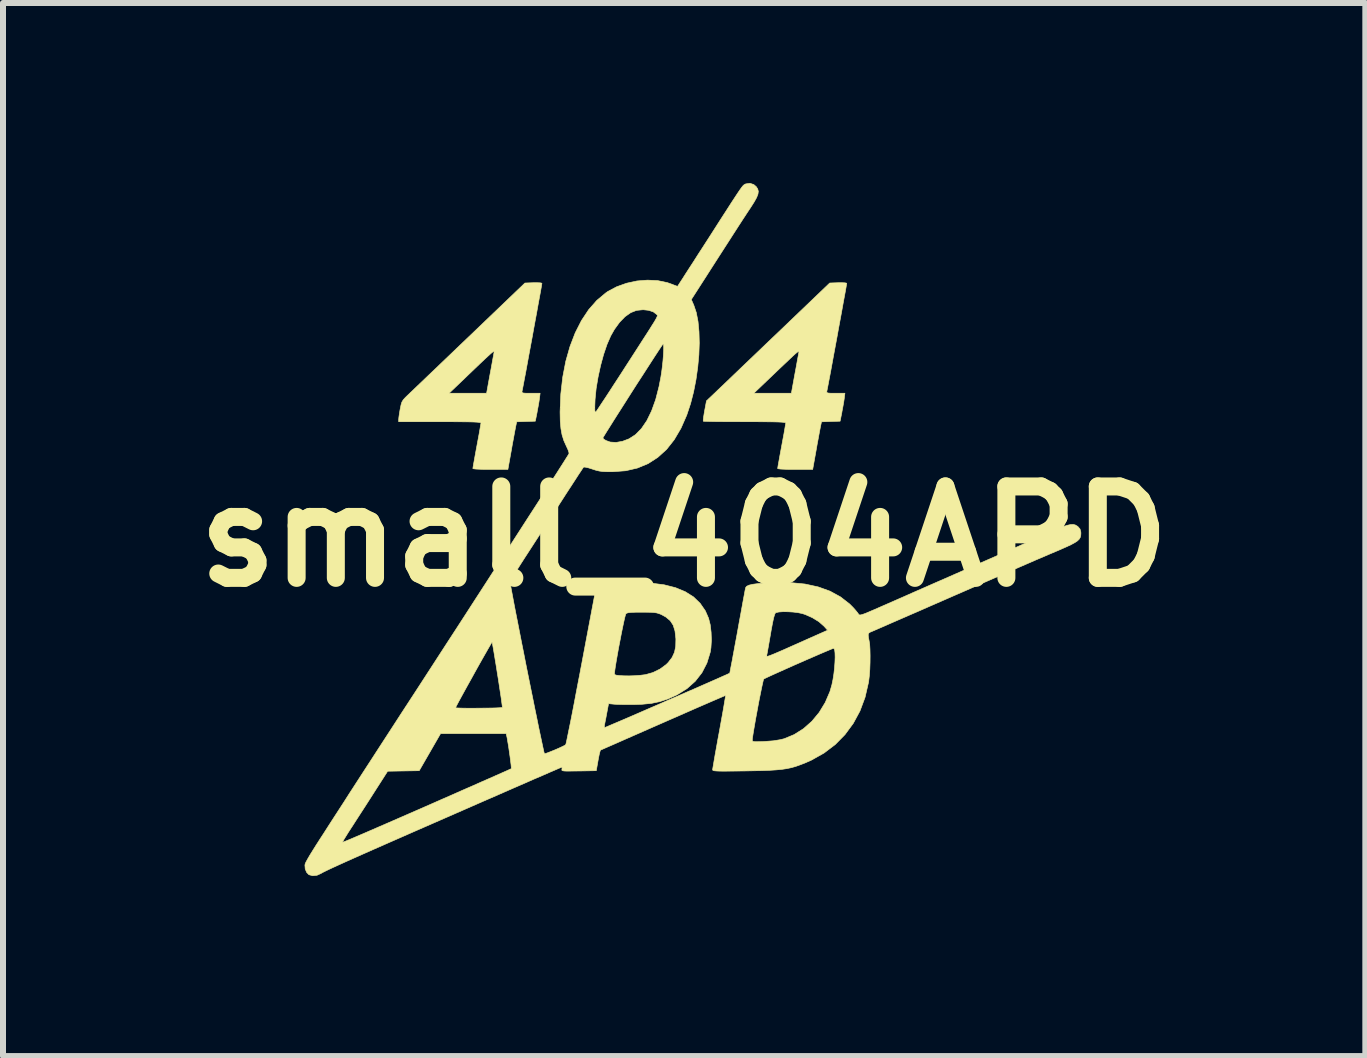
<source format=kicad_pcb>
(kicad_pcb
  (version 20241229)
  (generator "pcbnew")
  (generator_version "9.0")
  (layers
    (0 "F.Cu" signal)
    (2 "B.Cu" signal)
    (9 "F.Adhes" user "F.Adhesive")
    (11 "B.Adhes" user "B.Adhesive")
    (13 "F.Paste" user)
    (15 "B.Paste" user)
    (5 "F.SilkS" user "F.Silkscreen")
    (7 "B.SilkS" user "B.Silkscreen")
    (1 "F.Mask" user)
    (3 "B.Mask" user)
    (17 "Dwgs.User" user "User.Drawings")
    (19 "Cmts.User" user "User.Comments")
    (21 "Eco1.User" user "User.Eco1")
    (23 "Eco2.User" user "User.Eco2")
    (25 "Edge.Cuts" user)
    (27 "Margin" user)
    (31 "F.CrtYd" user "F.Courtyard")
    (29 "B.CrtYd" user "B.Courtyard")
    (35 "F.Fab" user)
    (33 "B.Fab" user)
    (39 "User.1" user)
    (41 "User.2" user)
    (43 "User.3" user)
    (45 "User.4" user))
  (footprint "small_404APD"
    (layer "F.Cu")
    (at 8.353 5.892)
    (property "Reference" "small_404APD" (at 0 0 0) (layer "F.SilkS") (effects (font (size 1.524 1.524) (thickness 0.3))))
    (attr through_hole)
    (fp_poly (pts (xy -2.399 -4.228) (xy -2.373 -4.222) (xy -2.371 -4.22) (xy -2.374 -4.201) (xy -2.382 -4.152) (xy -2.395 -4.078) (xy -2.413 -3.981) (xy -2.434 -3.867) (xy -2.457 -3.738) (xy -2.483 -3.598) (xy -2.51 -3.451) (xy -2.537 -3.301) (xy -2.565 -3.151) (xy -2.592 -3.006) (xy -2.617 -2.869) (xy -2.64 -2.743) (xy -2.661 -2.634) (xy -2.678 -2.543) (xy -2.691 -2.476) (xy -2.699 -2.435) (xy -2.701 -2.426) (xy -2.704 -2.408) (xy -2.698 -2.397) (xy -2.677 -2.391) (xy -2.636 -2.388) (xy -2.567 -2.388) (xy -2.555 -2.388) (xy -2.401 -2.388) (xy -2.412 -2.299) (xy -2.421 -2.239) (xy -2.435 -2.16) (xy -2.45 -2.08) (xy -2.452 -2.066) (xy -2.481 -1.922) (xy -2.636 -1.917) (xy -2.791 -1.912) (xy -2.808 -1.832) (xy -2.816 -1.79) (xy -2.829 -1.722) (xy -2.845 -1.634) (xy -2.864 -1.533) (xy -2.881 -1.435) (xy -2.938 -1.118) (xy -3.23 -1.118) (xy -3.325 -1.118) (xy -3.407 -1.121) (xy -3.471 -1.124) (xy -3.511 -1.129) (xy -3.522 -1.133) (xy -3.519 -1.153) (xy -3.511 -1.202) (xy -3.498 -1.273) (xy -3.482 -1.363) (xy -3.463 -1.466) (xy -3.455 -1.509) (xy -3.435 -1.617) (xy -3.417 -1.713) (xy -3.403 -1.794) (xy -3.393 -1.854) (xy -3.387 -1.887) (xy -3.387 -1.892) (xy -3.394 -1.898) (xy -3.416 -1.902) (xy -3.456 -1.906) (xy -3.517 -1.909) (xy -3.601 -1.911) (xy -3.71 -1.912) (xy -3.847 -1.913) (xy -4.015 -1.913) (xy -4.072 -1.913) (xy -4.758 -1.913) (xy -4.758 -1.952) (xy -4.755 -1.986) (xy -4.747 -2.042) (xy -4.736 -2.11) (xy -4.733 -2.125) (xy -4.719 -2.194) (xy -4.705 -2.24) (xy -4.683 -2.277) (xy -4.648 -2.316) (xy -4.609 -2.354) (xy -4.581 -2.38) (xy -4.573 -2.388) (xy -3.918 -2.388) (xy -3.293 -2.388) (xy -3.237 -2.697) (xy -3.218 -2.798) (xy -3.201 -2.892) (xy -3.187 -2.97) (xy -3.176 -3.028) (xy -3.171 -3.056) (xy -3.169 -3.071) (xy -3.168 -3.081) (xy -3.171 -3.085) (xy -3.181 -3.081) (xy -3.2 -3.068) (xy -3.229 -3.043) (xy -3.272 -3.004) (xy -3.329 -2.951) (xy -3.404 -2.88) (xy -3.498 -2.79) (xy -3.615 -2.678) (xy -3.648 -2.646) (xy -3.918 -2.388) (xy -4.573 -2.388) (xy -4.53 -2.429) (xy -4.46 -2.496) (xy -4.371 -2.581) (xy -4.267 -2.681) (xy -4.148 -2.794) (xy -4.019 -2.918) (xy -3.88 -3.051) (xy -3.734 -3.191) (xy -3.582 -3.336) (xy -3.582 -3.336) (xy -2.654 -4.225) (xy -2.512 -4.23) (xy -2.448 -4.23) (xy -2.399 -4.228)) (stroke (width 0.01) (type solid)) (fill yes) (layer "F.SilkS"))
    (fp_poly (pts (xy 2.681 -4.228) (xy 2.707 -4.222) (xy 2.709 -4.22) (xy 2.706 -4.201) (xy 2.698 -4.152) (xy 2.685 -4.078) (xy 2.667 -3.981) (xy 2.646 -3.867) (xy 2.623 -3.738) (xy 2.597 -3.598) (xy 2.57 -3.451) (xy 2.543 -3.301) (xy 2.515 -3.151) (xy 2.488 -3.006) (xy 2.463 -2.869) (xy 2.44 -2.743) (xy 2.419 -2.634) (xy 2.402 -2.543) (xy 2.389 -2.476) (xy 2.381 -2.435) (xy 2.379 -2.426) (xy 2.376 -2.408) (xy 2.382 -2.397) (xy 2.403 -2.391) (xy 2.444 -2.388) (xy 2.513 -2.388) (xy 2.525 -2.388) (xy 2.679 -2.388) (xy 2.668 -2.299) (xy 2.659 -2.239) (xy 2.645 -2.16) (xy 2.63 -2.08) (xy 2.628 -2.066) (xy 2.599 -1.922) (xy 2.444 -1.917) (xy 2.289 -1.912) (xy 2.272 -1.832) (xy 2.264 -1.79) (xy 2.251 -1.722) (xy 2.235 -1.634) (xy 2.216 -1.533) (xy 2.199 -1.435) (xy 2.142 -1.118) (xy 1.85 -1.118) (xy 1.755 -1.118) (xy 1.673 -1.121) (xy 1.609 -1.124) (xy 1.569 -1.129) (xy 1.558 -1.133) (xy 1.561 -1.153) (xy 1.569 -1.202) (xy 1.582 -1.273) (xy 1.598 -1.363) (xy 1.617 -1.466) (xy 1.625 -1.509) (xy 1.645 -1.617) (xy 1.663 -1.713) (xy 1.677 -1.794) (xy 1.687 -1.854) (xy 1.693 -1.887) (xy 1.693 -1.892) (xy 1.686 -1.898) (xy 1.664 -1.902) (xy 1.624 -1.906) (xy 1.563 -1.909) (xy 1.479 -1.911) (xy 1.37 -1.912) (xy 1.232 -1.913) (xy 1.064 -1.913) (xy 1.01 -1.913) (xy 0.862 -1.914) (xy 0.724 -1.914) (xy 0.6 -1.915) (xy 0.494 -1.916) (xy 0.41 -1.918) (xy 0.352 -1.92) (xy 0.322 -1.921) (xy 0.319 -1.922) (xy 0.318 -1.941) (xy 0.323 -1.986) (xy 0.333 -2.049) (xy 0.341 -2.096) (xy 0.372 -2.261) (xy 0.478 -2.361) (xy 0.506 -2.388) (xy 1.161 -2.388) (xy 1.787 -2.388) (xy 1.843 -2.697) (xy 1.862 -2.798) (xy 1.879 -2.892) (xy 1.893 -2.97) (xy 1.904 -3.028) (xy 1.909 -3.056) (xy 1.912 -3.071) (xy 1.912 -3.081) (xy 1.909 -3.085) (xy 1.9 -3.082) (xy 1.882 -3.069) (xy 1.853 -3.045) (xy 1.812 -3.008) (xy 1.756 -2.955) (xy 1.682 -2.885) (xy 1.589 -2.797) (xy 1.474 -2.687) (xy 1.431 -2.646) (xy 1.161 -2.388) (xy 0.506 -2.388) (xy 0.508 -2.389) (xy 0.559 -2.439) (xy 0.631 -2.507) (xy 0.721 -2.593) (xy 0.826 -2.694) (xy 0.945 -2.808) (xy 1.075 -2.932) (xy 1.215 -3.066) (xy 1.361 -3.206) (xy 1.505 -3.343) (xy 2.426 -4.225) (xy 2.568 -4.23) (xy 2.632 -4.23) (xy 2.681 -4.228)) (stroke (width 0.01) (type solid)) (fill yes) (layer "F.SilkS"))
    (fp_poly (pts (xy 1.16 -5.866) (xy 1.202 -5.83) (xy 1.226 -5.792) (xy 1.236 -5.753) (xy 1.23 -5.707) (xy 1.208 -5.65) (xy 1.167 -5.576) (xy 1.107 -5.482) (xy 1.103 -5.476) (xy 1.046 -5.39) (xy 0.978 -5.286) (xy 0.906 -5.175) (xy 0.836 -5.066) (xy 0.801 -5.012) (xy 0.744 -4.923) (xy 0.673 -4.813) (xy 0.594 -4.69) (xy 0.511 -4.561) (xy 0.429 -4.433) (xy 0.376 -4.35) (xy 0.119 -3.95) (xy 0.161 -3.854) (xy 0.202 -3.732) (xy 0.231 -3.583) (xy 0.247 -3.413) (xy 0.252 -3.226) (xy 0.245 -3.027) (xy 0.226 -2.822) (xy 0.197 -2.615) (xy 0.157 -2.411) (xy 0.107 -2.216) (xy 0.046 -2.033) (xy 0.044 -2.026) (xy -0.053 -1.805) (xy -0.166 -1.613) (xy -0.294 -1.451) (xy -0.44 -1.319) (xy -0.601 -1.215) (xy -0.78 -1.141) (xy -0.975 -1.096) (xy -1.188 -1.08) (xy -1.194 -1.08) (xy -1.287 -1.08) (xy -1.357 -1.083) (xy -1.414 -1.091) (xy -1.47 -1.104) (xy -1.531 -1.124) (xy -1.594 -1.144) (xy -1.644 -1.155) (xy -1.673 -1.158) (xy -1.677 -1.156) (xy -1.689 -1.139) (xy -1.717 -1.097) (xy -1.759 -1.034) (xy -1.812 -0.952) (xy -1.874 -0.856) (xy -1.944 -0.749) (xy -1.985 -0.686) (xy -2.075 -0.546) (xy -2.177 -0.388) (xy -2.286 -0.219) (xy -2.395 -0.05) (xy -2.499 0.11) (xy -2.587 0.246) (xy -2.661 0.36) (xy -2.729 0.466) (xy -2.788 0.56) (xy -2.838 0.639) (xy -2.875 0.699) (xy -2.898 0.736) (xy -2.904 0.746) (xy -2.902 0.766) (xy -2.893 0.815) (xy -2.879 0.892) (xy -2.86 0.993) (xy -2.837 1.116) (xy -2.81 1.257) (xy -2.779 1.413) (xy -2.746 1.582) (xy -2.711 1.761) (xy -2.674 1.946) (xy -2.637 2.135) (xy -2.599 2.324) (xy -2.561 2.512) (xy -2.524 2.694) (xy -2.489 2.868) (xy -2.455 3.032) (xy -2.425 3.181) (xy -2.397 3.313) (xy -2.373 3.426) (xy -2.354 3.515) (xy -2.34 3.579) (xy -2.331 3.614) (xy -2.329 3.62) (xy -2.311 3.617) (xy -2.271 3.603) (xy -2.215 3.581) (xy -2.151 3.555) (xy -2.087 3.527) (xy -2.031 3.501) (xy -1.991 3.481) (xy -1.975 3.47) (xy -1.969 3.452) (xy -1.958 3.403) (xy -1.942 3.325) (xy -1.921 3.222) (xy -1.895 3.096) (xy -1.866 2.949) (xy -1.834 2.784) (xy -1.8 2.604) (xy -1.763 2.411) (xy -1.741 2.299) (xy -1.161 2.299) (xy -1.161 2.3) (xy -1.132 2.311) (xy -1.077 2.318) (xy -1.002 2.322) (xy -0.915 2.323) (xy -0.823 2.32) (xy -0.732 2.313) (xy -0.65 2.303) (xy -0.643 2.302) (xy -0.52 2.267) (xy -0.402 2.209) (xy -0.3 2.134) (xy -0.265 2.099) (xy -0.201 2.016) (xy -0.161 1.929) (xy -0.141 1.831) (xy -0.138 1.711) (xy -0.139 1.696) (xy -0.153 1.574) (xy -0.183 1.478) (xy -0.232 1.403) (xy -0.305 1.342) (xy -0.381 1.3) (xy -0.419 1.285) (xy -0.456 1.274) (xy -0.5 1.267) (xy -0.558 1.263) (xy -0.638 1.262) (xy -0.706 1.262) (xy -0.807 1.262) (xy -0.878 1.265) (xy -0.926 1.269) (xy -0.955 1.277) (xy -0.971 1.287) (xy -0.979 1.309) (xy -0.992 1.358) (xy -1.008 1.43) (xy -1.027 1.52) (xy -1.048 1.623) (xy -1.069 1.733) (xy -1.091 1.846) (xy -1.111 1.957) (xy -1.129 2.06) (xy -1.144 2.151) (xy -1.155 2.224) (xy -1.161 2.275) (xy -1.161 2.299) (xy -1.741 2.299) (xy -1.724 2.207) (xy -1.711 2.14) (xy -1.463 0.823) (xy -1.418 0.811) (xy -1.386 0.806) (xy -1.328 0.799) (xy -1.248 0.792) (xy -1.153 0.784) (xy -1.062 0.778) (xy -0.792 0.768) (xy -0.549 0.777) (xy -0.333 0.805) (xy -0.144 0.853) (xy 0.018 0.92) (xy 0.155 1.006) (xy 0.266 1.113) (xy 0.353 1.239) (xy 0.407 1.363) (xy 0.434 1.47) (xy 0.449 1.596) (xy 0.454 1.729) (xy 0.446 1.856) (xy 0.434 1.93) (xy 0.379 2.109) (xy 0.296 2.27) (xy 0.185 2.412) (xy 0.047 2.535) (xy -0.117 2.637) (xy -0.135 2.646) (xy -0.274 2.708) (xy -0.408 2.752) (xy -0.546 2.781) (xy -0.7 2.796) (xy -0.847 2.801) (xy -0.943 2.801) (xy -1.034 2.8) (xy -1.112 2.798) (xy -1.167 2.795) (xy -1.176 2.794) (xy -1.26 2.786) (xy -1.29 2.946) (xy -1.304 3.021) (xy -1.317 3.086) (xy -1.326 3.132) (xy -1.329 3.145) (xy -1.33 3.175) (xy -1.322 3.183) (xy -1.305 3.177) (xy -1.26 3.158) (xy -1.19 3.128) (xy -1.098 3.089) (xy -0.988 3.042) (xy -0.863 2.988) (xy -0.725 2.928) (xy -0.578 2.864) (xy -0.425 2.798) (xy -0.27 2.73) (xy -0.114 2.663) (xy 0.038 2.596) (xy 0.184 2.533) (xy 0.32 2.473) (xy 0.443 2.419) (xy 0.55 2.372) (xy 0.639 2.332) (xy 0.705 2.303) (xy 0.746 2.284) (xy 0.759 2.278) (xy 0.763 2.261) (xy 0.772 2.213) (xy 0.786 2.14) (xy 0.805 2.044) (xy 0.815 1.986) (xy 1.375 1.986) (xy 1.376 1.993) (xy 1.381 1.996) (xy 1.395 1.995) (xy 1.418 1.988) (xy 1.455 1.974) (xy 1.507 1.953) (xy 1.577 1.923) (xy 1.667 1.884) (xy 1.781 1.833) (xy 1.921 1.771) (xy 2.089 1.696) (xy 2.391 1.562) (xy 2.332 1.496) (xy 2.246 1.42) (xy 2.137 1.353) (xy 2.018 1.3) (xy 1.968 1.284) (xy 1.897 1.269) (xy 1.815 1.259) (xy 1.729 1.254) (xy 1.647 1.253) (xy 1.579 1.258) (xy 1.533 1.268) (xy 1.521 1.274) (xy 1.508 1.3) (xy 1.491 1.357) (xy 1.472 1.446) (xy 1.449 1.569) (xy 1.441 1.617) (xy 1.423 1.72) (xy 1.407 1.813) (xy 1.393 1.891) (xy 1.383 1.947) (xy 1.377 1.976) (xy 1.377 1.977) (xy 1.375 1.986) (xy 0.815 1.986) (xy 0.826 1.928) (xy 0.85 1.797) (xy 0.877 1.653) (xy 0.89 1.581) (xy 0.917 1.431) (xy 0.943 1.29) (xy 0.966 1.163) (xy 0.986 1.053) (xy 1.003 0.963) (xy 1.015 0.897) (xy 1.023 0.86) (xy 1.024 0.853) (xy 1.041 0.83) (xy 1.08 0.811) (xy 1.144 0.796) (xy 1.236 0.784) (xy 1.357 0.774) (xy 1.501 0.767) (xy 1.769 0.768) (xy 2.014 0.792) (xy 2.234 0.84) (xy 2.431 0.911) (xy 2.605 1.006) (xy 2.757 1.124) (xy 2.813 1.18) (xy 2.856 1.228) (xy 2.89 1.27) (xy 2.907 1.294) (xy 2.915 1.303) (xy 2.926 1.308) (xy 2.946 1.306) (xy 2.978 1.297) (xy 3.025 1.28) (xy 3.091 1.252) (xy 3.18 1.214) (xy 3.296 1.163) (xy 3.321 1.152) (xy 3.408 1.114) (xy 3.522 1.064) (xy 3.659 1.004) (xy 3.814 0.935) (xy 3.985 0.86) (xy 4.167 0.78) (xy 4.355 0.698) (xy 4.546 0.614) (xy 4.737 0.53) (xy 4.75 0.524) (xy 4.936 0.442) (xy 5.122 0.361) (xy 5.302 0.281) (xy 5.474 0.206) (xy 5.634 0.135) (xy 5.778 0.072) (xy 5.902 0.016) (xy 6.003 -0.029) (xy 6.078 -0.062) (xy 6.088 -0.066) (xy 6.21 -0.12) (xy 6.306 -0.16) (xy 6.381 -0.186) (xy 6.439 -0.199) (xy 6.484 -0.201) (xy 6.52 -0.192) (xy 6.552 -0.173) (xy 6.565 -0.163) (xy 6.598 -0.124) (xy 6.611 -0.077) (xy 6.612 -0.054) (xy 6.61 -0.018) (xy 6.602 0.014) (xy 6.585 0.043) (xy 6.556 0.072) (xy 6.511 0.102) (xy 6.448 0.136) (xy 6.362 0.176) (xy 6.251 0.225) (xy 6.121 0.28) (xy 6.064 0.304) (xy 5.979 0.341) (xy 5.868 0.388) (xy 5.735 0.446) (xy 5.583 0.512) (xy 5.413 0.586) (xy 5.23 0.666) (xy 5.035 0.751) (xy 4.833 0.839) (xy 4.625 0.93) (xy 4.496 0.986) (xy 4.293 1.075) (xy 4.098 1.16) (xy 3.914 1.241) (xy 3.743 1.315) (xy 3.587 1.383) (xy 3.449 1.443) (xy 3.331 1.495) (xy 3.234 1.537) (xy 3.163 1.568) (xy 3.118 1.587) (xy 3.103 1.593) (xy 3.078 1.609) (xy 3.067 1.636) (xy 3.071 1.681) (xy 3.082 1.736) (xy 3.092 1.797) (xy 3.097 1.884) (xy 3.099 1.988) (xy 3.098 2.101) (xy 3.094 2.215) (xy 3.086 2.322) (xy 3.075 2.414) (xy 3.072 2.433) (xy 3.015 2.68) (xy 2.93 2.908) (xy 2.818 3.115) (xy 2.68 3.302) (xy 2.518 3.467) (xy 2.331 3.609) (xy 2.121 3.727) (xy 2.01 3.776) (xy 1.929 3.807) (xy 1.856 3.833) (xy 1.784 3.853) (xy 1.709 3.869) (xy 1.627 3.881) (xy 1.533 3.89) (xy 1.422 3.897) (xy 1.289 3.902) (xy 1.129 3.905) (xy 1.029 3.907) (xy 0.876 3.909) (xy 0.755 3.91) (xy 0.66 3.911) (xy 0.589 3.91) (xy 0.539 3.908) (xy 0.506 3.905) (xy 0.486 3.901) (xy 0.477 3.895) (xy 0.474 3.887) (xy 0.474 3.887) (xy 0.477 3.865) (xy 0.486 3.813) (xy 0.499 3.735) (xy 0.516 3.636) (xy 0.537 3.52) (xy 0.559 3.397) (xy 1.135 3.397) (xy 1.138 3.409) (xy 1.151 3.416) (xy 1.179 3.42) (xy 1.228 3.42) (xy 1.304 3.418) (xy 1.342 3.416) (xy 1.487 3.405) (xy 1.604 3.386) (xy 1.668 3.37) (xy 1.834 3.301) (xy 1.989 3.203) (xy 2.129 3.079) (xy 2.25 2.933) (xy 2.351 2.767) (xy 2.429 2.586) (xy 2.462 2.472) (xy 2.48 2.385) (xy 2.495 2.29) (xy 2.506 2.192) (xy 2.513 2.097) (xy 2.516 2.012) (xy 2.514 1.94) (xy 2.508 1.889) (xy 2.496 1.864) (xy 2.492 1.863) (xy 2.472 1.869) (xy 2.426 1.888) (xy 2.357 1.917) (xy 2.27 1.954) (xy 2.169 1.998) (xy 2.058 2.046) (xy 1.942 2.097) (xy 1.825 2.148) (xy 1.711 2.199) (xy 1.604 2.247) (xy 1.508 2.29) (xy 1.429 2.326) (xy 1.369 2.354) (xy 1.334 2.371) (xy 1.326 2.376) (xy 1.319 2.396) (xy 1.308 2.444) (xy 1.292 2.516) (xy 1.274 2.605) (xy 1.253 2.708) (xy 1.232 2.819) (xy 1.211 2.934) (xy 1.19 3.046) (xy 1.172 3.151) (xy 1.156 3.244) (xy 1.144 3.32) (xy 1.136 3.374) (xy 1.135 3.397) (xy 0.559 3.397) (xy 0.56 3.39) (xy 0.585 3.257) (xy 0.61 3.118) (xy 0.633 2.991) (xy 0.653 2.879) (xy 0.669 2.784) (xy 0.681 2.712) (xy 0.689 2.666) (xy 0.69 2.65) (xy 0.675 2.655) (xy 0.63 2.674) (xy 0.56 2.704) (xy 0.467 2.744) (xy 0.352 2.794) (xy 0.22 2.851) (xy 0.072 2.916) (xy -0.089 2.987) (xy -0.261 3.062) (xy -0.347 3.1) (xy -0.523 3.177) (xy -0.691 3.251) (xy -0.846 3.319) (xy -0.987 3.381) (xy -1.111 3.436) (xy -1.216 3.482) (xy -1.299 3.518) (xy -1.357 3.544) (xy -1.388 3.557) (xy -1.393 3.559) (xy -1.401 3.577) (xy -1.413 3.621) (xy -1.426 3.684) (xy -1.435 3.734) (xy -1.465 3.903) (xy -1.755 3.908) (xy -1.861 3.909) (xy -1.937 3.91) (xy -1.988 3.909) (xy -2.019 3.905) (xy -2.035 3.9) (xy -2.039 3.891) (xy -2.037 3.878) (xy -2.037 3.878) (xy -2.034 3.851) (xy -2.037 3.844) (xy -2.052 3.849) (xy -2.091 3.865) (xy -2.155 3.893) (xy -2.244 3.931) (xy -2.36 3.982) (xy -2.503 4.043) (xy -2.673 4.118) (xy -2.871 4.204) (xy -3.097 4.303) (xy -3.352 4.414) (xy -3.637 4.539) (xy -3.952 4.677) (xy -4.208 4.789) (xy -4.494 4.914) (xy -4.751 5.027) (xy -4.979 5.127) (xy -5.181 5.216) (xy -5.357 5.294) (xy -5.51 5.362) (xy -5.64 5.42) (xy -5.75 5.47) (xy -5.84 5.511) (xy -5.913 5.545) (xy -5.969 5.572) (xy -6.01 5.592) (xy -6.038 5.607) (xy -6.049 5.614) (xy -6.119 5.646) (xy -6.191 5.654) (xy -6.253 5.637) (xy -6.254 5.637) (xy -6.292 5.598) (xy -6.316 5.541) (xy -6.321 5.479) (xy -6.317 5.456) (xy -6.303 5.425) (xy -6.274 5.372) (xy -6.233 5.302) (xy -6.182 5.22) (xy -6.127 5.132) (xy -6.104 5.097) (xy -5.694 5.097) (xy -5.675 5.09) (xy -5.63 5.072) (xy -5.564 5.045) (xy -5.48 5.009) (xy -5.384 4.968) (xy -5.342 4.95) (xy -5.213 4.894) (xy -5.068 4.831) (xy -4.911 4.763) (xy -4.744 4.69) (xy -4.57 4.614) (xy -4.391 4.536) (xy -4.211 4.457) (xy -4.032 4.378) (xy -3.856 4.301) (xy -3.687 4.226) (xy -3.526 4.156) (xy -3.378 4.09) (xy -3.243 4.031) (xy -3.126 3.979) (xy -3.029 3.936) (xy -2.954 3.903) (xy -2.904 3.88) (xy -2.882 3.87) (xy -2.881 3.869) (xy -2.881 3.851) (xy -2.885 3.806) (xy -2.893 3.741) (xy -2.903 3.664) (xy -2.915 3.58) (xy -2.927 3.497) (xy -2.94 3.421) (xy -2.95 3.36) (xy -2.958 3.323) (xy -2.967 3.285) (xy -4.06 3.285) (xy -4.416 3.903) (xy -4.942 3.912) (xy -5.167 4.263) (xy -5.241 4.379) (xy -5.32 4.502) (xy -5.399 4.624) (xy -5.472 4.737) (xy -5.533 4.832) (xy -5.549 4.856) (xy -5.6 4.935) (xy -5.642 5.003) (xy -5.674 5.055) (xy -5.691 5.088) (xy -5.694 5.097) (xy -6.104 5.097) (xy -6.077 5.054) (xy -6.011 4.953) (xy -5.935 4.834) (xy -5.85 4.702) (xy -5.76 4.563) (xy -5.669 4.423) (xy -5.589 4.297) (xy -5.511 4.177) (xy -5.418 4.033) (xy -5.313 3.871) (xy -5.198 3.694) (xy -5.077 3.507) (xy -4.953 3.316) (xy -4.829 3.125) (xy -4.708 2.938) (xy -4.653 2.854) (xy -3.81 2.854) (xy -3.794 2.857) (xy -3.75 2.859) (xy -3.684 2.861) (xy -3.601 2.862) (xy -3.507 2.862) (xy -3.408 2.861) (xy -3.31 2.86) (xy -3.218 2.859) (xy -3.139 2.857) (xy -3.077 2.854) (xy -3.04 2.851) (xy -3.03 2.849) (xy -3.032 2.825) (xy -3.039 2.773) (xy -3.049 2.698) (xy -3.063 2.606) (xy -3.079 2.501) (xy -3.096 2.388) (xy -3.115 2.271) (xy -3.133 2.156) (xy -3.151 2.047) (xy -3.167 1.949) (xy -3.181 1.866) (xy -3.192 1.805) (xy -3.199 1.769) (xy -3.202 1.761) (xy -3.212 1.775) (xy -3.235 1.815) (xy -3.271 1.877) (xy -3.316 1.956) (xy -3.369 2.049) (xy -3.427 2.152) (xy -3.487 2.26) (xy -3.548 2.371) (xy -3.608 2.478) (xy -3.664 2.58) (xy -3.714 2.671) (xy -3.756 2.748) (xy -3.787 2.807) (xy -3.806 2.844) (xy -3.81 2.854) (xy -4.653 2.854) (xy -4.625 2.811) (xy -4.464 2.564) (xy -4.3 2.311) (xy -4.134 2.055) (xy -3.967 1.797) (xy -3.799 1.539) (xy -3.632 1.281) (xy -3.468 1.027) (xy -3.306 0.777) (xy -3.148 0.532) (xy -2.995 0.296) (xy -2.848 0.068) (xy -2.708 -0.149) (xy -2.576 -0.354) (xy -2.453 -0.544) (xy -2.34 -0.72) (xy -2.239 -0.878) (xy -2.149 -1.018) (xy -2.073 -1.137) (xy -2.011 -1.234) (xy -1.964 -1.309) (xy -1.933 -1.358) (xy -1.92 -1.38) (xy -1.919 -1.381) (xy -1.922 -1.406) (xy -1.938 -1.451) (xy -1.963 -1.505) (xy -2.005 -1.598) (xy -2.019 -1.643) (xy -1.355 -1.643) (xy -1.34 -1.622) (xy -1.301 -1.599) (xy -1.247 -1.579) (xy -1.228 -1.574) (xy -1.134 -1.568) (xy -1.027 -1.587) (xy -0.919 -1.628) (xy -0.811 -1.698) (xy -0.712 -1.799) (xy -0.622 -1.931) (xy -0.543 -2.093) (xy -0.475 -2.282) (xy -0.419 -2.499) (xy -0.389 -2.654) (xy -0.375 -2.743) (xy -0.363 -2.838) (xy -0.353 -2.932) (xy -0.346 -3.02) (xy -0.342 -3.098) (xy -0.341 -3.159) (xy -0.344 -3.198) (xy -0.35 -3.21) (xy -0.352 -3.209) (xy -0.365 -3.191) (xy -0.395 -3.147) (xy -0.438 -3.082) (xy -0.493 -2.998) (xy -0.557 -2.899) (xy -0.629 -2.787) (xy -0.707 -2.666) (xy -0.789 -2.54) (xy -0.872 -2.41) (xy -0.954 -2.281) (xy -1.034 -2.155) (xy -1.11 -2.036) (xy -1.179 -1.927) (xy -1.239 -1.831) (xy -1.289 -1.752) (xy -1.326 -1.692) (xy -1.349 -1.654) (xy -1.355 -1.643) (xy -2.019 -1.643) (xy -2.035 -1.693) (xy -2.054 -1.798) (xy -2.065 -1.92) (xy -2.068 -2.068) (xy -2.068 -2.082) (xy -2.065 -2.156) (xy -1.49 -2.156) (xy -1.489 -2.103) (xy -1.485 -2.077) (xy -1.475 -2.076) (xy -1.467 -2.083) (xy -1.453 -2.102) (xy -1.423 -2.147) (xy -1.379 -2.214) (xy -1.321 -2.301) (xy -1.253 -2.405) (xy -1.176 -2.524) (xy -1.091 -2.654) (xy -1.002 -2.792) (xy -0.99 -2.811) (xy -0.875 -2.989) (xy -0.777 -3.141) (xy -0.695 -3.269) (xy -0.627 -3.374) (xy -0.572 -3.46) (xy -0.529 -3.529) (xy -0.496 -3.581) (xy -0.473 -3.621) (xy -0.458 -3.649) (xy -0.45 -3.668) (xy -0.446 -3.681) (xy -0.447 -3.689) (xy -0.451 -3.694) (xy -0.456 -3.699) (xy -0.458 -3.701) (xy -0.514 -3.744) (xy -0.592 -3.77) (xy -0.684 -3.78) (xy -0.784 -3.77) (xy -0.797 -3.768) (xy -0.891 -3.731) (xy -0.986 -3.664) (xy -1.077 -3.57) (xy -1.162 -3.453) (xy -1.224 -3.344) (xy -1.286 -3.202) (xy -1.343 -3.034) (xy -1.393 -2.85) (xy -1.435 -2.658) (xy -1.467 -2.467) (xy -1.485 -2.286) (xy -1.49 -2.156) (xy -2.065 -2.156) (xy -2.056 -2.376) (xy -2.024 -2.656) (xy -1.973 -2.921) (xy -1.903 -3.167) (xy -1.816 -3.394) (xy -1.712 -3.599) (xy -1.592 -3.78) (xy -1.457 -3.934) (xy -1.308 -4.059) (xy -1.274 -4.083) (xy -1.126 -4.162) (xy -0.962 -4.221) (xy -0.788 -4.259) (xy -0.612 -4.273) (xy -0.441 -4.265) (xy -0.282 -4.232) (xy -0.214 -4.208) (xy -0.162 -4.188) (xy -0.124 -4.174) (xy -0.109 -4.17) (xy -0.098 -4.188) (xy -0.071 -4.23) (xy -0.029 -4.294) (xy 0.023 -4.376) (xy 0.085 -4.472) (xy 0.154 -4.578) (xy 0.227 -4.693) (xy 0.303 -4.81) (xy 0.379 -4.928) (xy 0.453 -5.043) (xy 0.522 -5.151) (xy 0.584 -5.248) (xy 0.623 -5.309) (xy 0.713 -5.448) (xy 0.786 -5.562) (xy 0.845 -5.652) (xy 0.891 -5.722) (xy 0.927 -5.775) (xy 0.954 -5.813) (xy 0.974 -5.839) (xy 0.99 -5.856) (xy 1.004 -5.866) (xy 1.016 -5.873) (xy 1.028 -5.877) (xy 1.096 -5.887) (xy 1.16 -5.866)) (stroke (width 0.01) (type solid)) (fill yes) (layer "F.SilkS")))
  (gr_rect
    (start -3 -3)
    (end 19.706 14.551)
    (stroke (width 0.1) (type default))
    (fill no)
    (layer "Edge.Cuts")))
</source>
